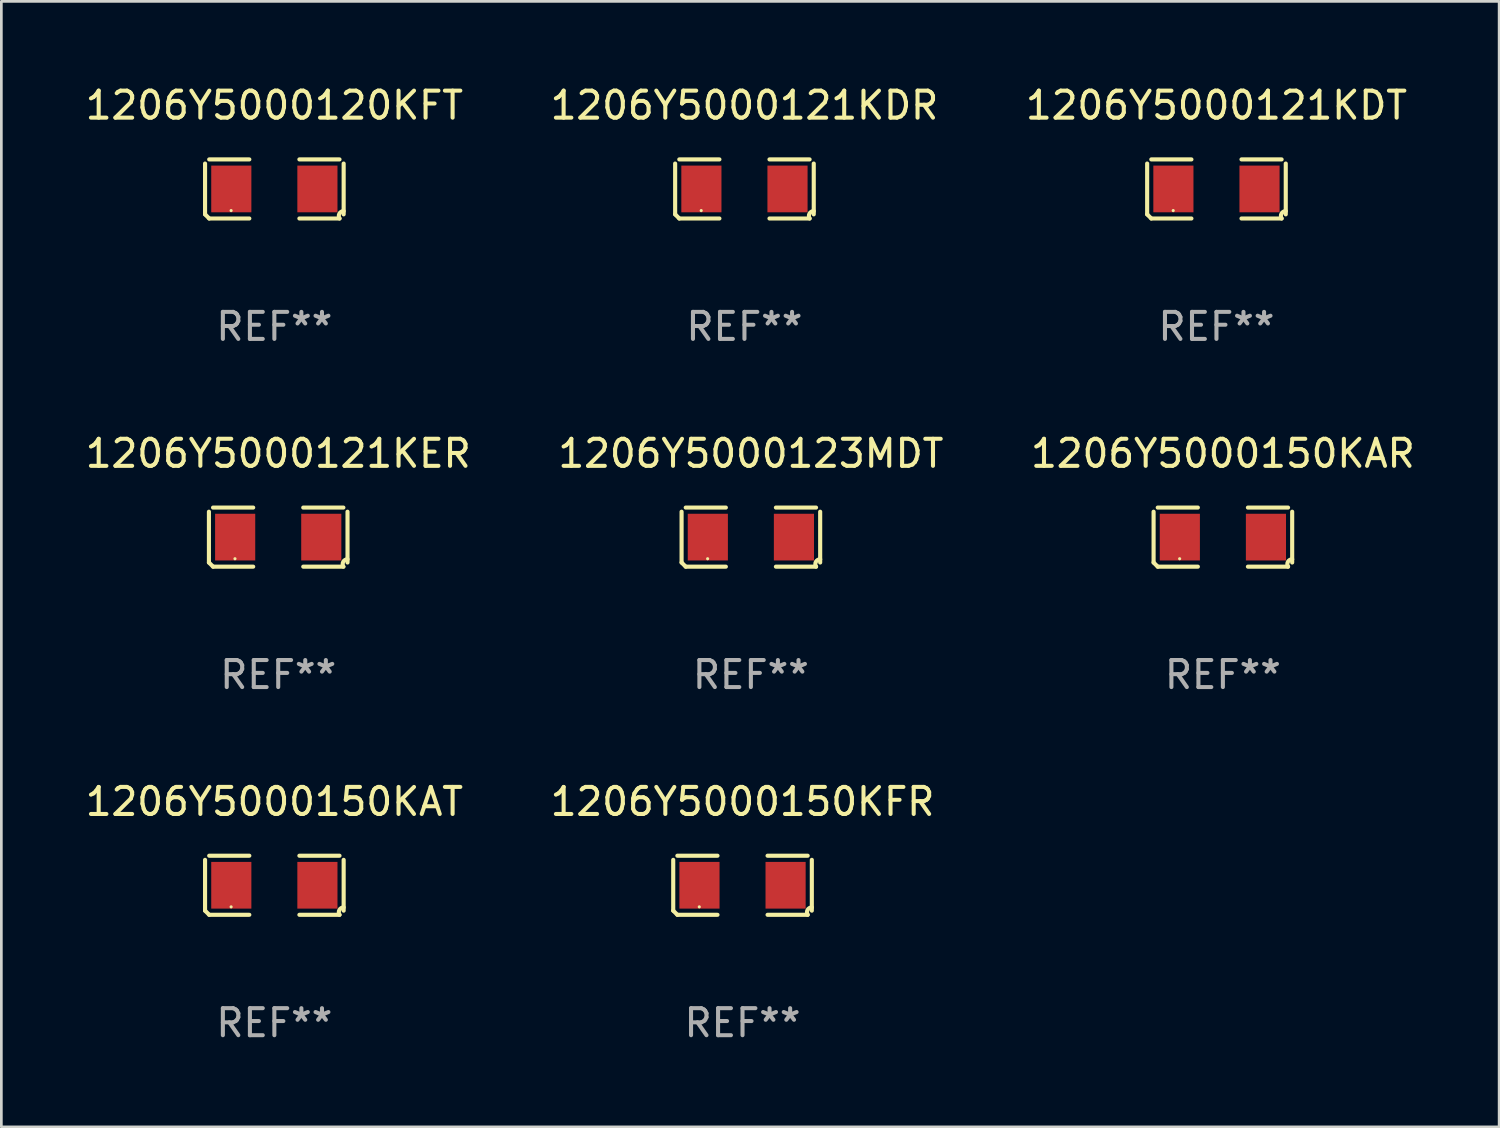
<source format=kicad_pcb>
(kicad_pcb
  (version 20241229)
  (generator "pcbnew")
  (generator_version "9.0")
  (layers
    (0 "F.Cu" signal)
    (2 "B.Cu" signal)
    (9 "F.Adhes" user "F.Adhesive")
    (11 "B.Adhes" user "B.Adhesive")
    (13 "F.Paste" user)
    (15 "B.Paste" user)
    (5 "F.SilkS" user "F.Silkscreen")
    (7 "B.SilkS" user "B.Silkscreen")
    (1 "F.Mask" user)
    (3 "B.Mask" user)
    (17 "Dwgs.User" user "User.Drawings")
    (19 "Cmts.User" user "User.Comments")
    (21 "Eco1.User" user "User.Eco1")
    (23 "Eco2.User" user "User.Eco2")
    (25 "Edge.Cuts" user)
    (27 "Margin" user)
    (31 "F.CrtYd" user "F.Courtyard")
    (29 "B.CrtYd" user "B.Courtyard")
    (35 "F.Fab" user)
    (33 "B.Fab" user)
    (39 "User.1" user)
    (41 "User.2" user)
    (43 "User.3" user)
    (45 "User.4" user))
  (footprint "1206Y5000150KFR"
    (layer "F.Cu")
    (at 24.423 29.704)
    (property "Reference" "1206Y5000150KFR" (at 0 -3.093 0) (layer "F.SilkS") (effects (font (size 1 1) (thickness 0.15))))
    (attr through_hole)
    (fp_line (start -2.564 0.94) (end -2.564 -0.94) (stroke (width 0.152) (type solid)) (layer "F.SilkS"))
    (fp_line (start -2.411 -1.093) (end -0.926 -1.093) (stroke (width 0.152) (type solid)) (layer "F.SilkS"))
    (fp_line (start -0.926 1.093) (end -2.411 1.093) (stroke (width 0.152) (type solid)) (layer "F.SilkS"))
    (fp_line (start 0.926 1.093) (end 2.411 1.093) (stroke (width 0.152) (type solid)) (layer "F.SilkS"))
    (fp_line (start 2.411 -1.093) (end 0.926 -1.093) (stroke (width 0.152) (type solid)) (layer "F.SilkS"))
    (fp_line (start 2.564 0.94) (end 2.564 -0.94) (stroke (width 0.152) (type solid)) (layer "F.SilkS"))
    (fp_arc (start -2.411201 1.092609) (mid -2.487413 1.01642) (end -2.563602 0.940208) (stroke (width 0.1524) (type solid)) (layer "F.SilkS"))
    (fp_arc (start 2.411201 1.092609) (mid 2.407159 0.911226) (end 2.563602 0.819347) (stroke (width 0.1524) (type solid)) (layer "F.SilkS"))
    (fp_circle (center -1.6 0.8) (end -1.57 0.8) (stroke (width 0.06) (type solid)) (fill no) (layer "F.SilkS"))
    (fp_text user "REF**" (at 0 5.093 0) (layer "F.Fab") (effects (font (size 1 1) (thickness 0.15))))
    (pad "1" smd rect (at -1.593 0) (size 1.485 1.728) (layers "F.Cu" "F.Mask" "F.Paste"))
    (pad "2" smd rect (at 1.593 0) (size 1.485 1.728) (layers "F.Cu" "F.Mask" "F.Paste")))
  (footprint "1206Y5000121KER"
    (layer "F.Cu")
    (at 7.244 16.823)
    (property "Reference" "1206Y5000121KER" (at 0 -3.093 0) (layer "F.SilkS") (effects (font (size 1 1) (thickness 0.15))))
    (attr through_hole)
    (fp_line (start -2.564 0.94) (end -2.564 -0.94) (stroke (width 0.152) (type solid)) (layer "F.SilkS"))
    (fp_line (start -2.411 -1.093) (end -0.926 -1.093) (stroke (width 0.152) (type solid)) (layer "F.SilkS"))
    (fp_line (start -0.926 1.093) (end -2.411 1.093) (stroke (width 0.152) (type solid)) (layer "F.SilkS"))
    (fp_line (start 0.926 1.093) (end 2.411 1.093) (stroke (width 0.152) (type solid)) (layer "F.SilkS"))
    (fp_line (start 2.411 -1.093) (end 0.926 -1.093) (stroke (width 0.152) (type solid)) (layer "F.SilkS"))
    (fp_line (start 2.564 0.94) (end 2.564 -0.94) (stroke (width 0.152) (type solid)) (layer "F.SilkS"))
    (fp_arc (start -2.411201 1.092609) (mid -2.487413 1.01642) (end -2.563602 0.940208) (stroke (width 0.1524) (type solid)) (layer "F.SilkS"))
    (fp_arc (start 2.411201 1.092609) (mid 2.407159 0.911226) (end 2.563602 0.819347) (stroke (width 0.1524) (type solid)) (layer "F.SilkS"))
    (fp_circle (center -1.6 0.8) (end -1.57 0.8) (stroke (width 0.06) (type solid)) (fill no) (layer "F.SilkS"))
    (fp_text user "REF**" (at 0 5.093 0) (layer "F.Fab") (effects (font (size 1 1) (thickness 0.15))))
    (pad "1" smd rect (at -1.593 0) (size 1.485 1.728) (layers "F.Cu" "F.Mask" "F.Paste"))
    (pad "2" smd rect (at 1.593 0) (size 1.485 1.728) (layers "F.Cu" "F.Mask" "F.Paste")))
  (footprint "1206Y5000123MDT"
    (layer "F.Cu")
    (at 24.732 16.823)
    (property "Reference" "1206Y5000123MDT" (at 0 -3.093 0) (layer "F.SilkS") (effects (font (size 1 1) (thickness 0.15))))
    (attr through_hole)
    (fp_line (start -2.564 0.94) (end -2.564 -0.94) (stroke (width 0.152) (type solid)) (layer "F.SilkS"))
    (fp_line (start -2.411 -1.093) (end -0.926 -1.093) (stroke (width 0.152) (type solid)) (layer "F.SilkS"))
    (fp_line (start -0.926 1.093) (end -2.411 1.093) (stroke (width 0.152) (type solid)) (layer "F.SilkS"))
    (fp_line (start 0.926 1.093) (end 2.411 1.093) (stroke (width 0.152) (type solid)) (layer "F.SilkS"))
    (fp_line (start 2.411 -1.093) (end 0.926 -1.093) (stroke (width 0.152) (type solid)) (layer "F.SilkS"))
    (fp_line (start 2.564 0.94) (end 2.564 -0.94) (stroke (width 0.152) (type solid)) (layer "F.SilkS"))
    (fp_arc (start -2.411201 1.092609) (mid -2.487413 1.01642) (end -2.563602 0.940208) (stroke (width 0.1524) (type solid)) (layer "F.SilkS"))
    (fp_arc (start 2.411201 1.092609) (mid 2.407159 0.911226) (end 2.563602 0.819347) (stroke (width 0.1524) (type solid)) (layer "F.SilkS"))
    (fp_circle (center -1.6 0.8) (end -1.57 0.8) (stroke (width 0.06) (type solid)) (fill no) (layer "F.SilkS"))
    (fp_text user "REF**" (at 0 5.093 0) (layer "F.Fab") (effects (font (size 1 1) (thickness 0.15))))
    (pad "1" smd rect (at -1.593 0) (size 1.485 1.728) (layers "F.Cu" "F.Mask" "F.Paste"))
    (pad "2" smd rect (at 1.593 0) (size 1.485 1.728) (layers "F.Cu" "F.Mask" "F.Paste")))
  (footprint "1206Y5000150KAT"
    (layer "F.Cu")
    (at 7.101 29.704)
    (property "Reference" "1206Y5000150KAT" (at 0 -3.093 0) (layer "F.SilkS") (effects (font (size 1 1) (thickness 0.15))))
    (attr through_hole)
    (fp_line (start -2.564 0.94) (end -2.564 -0.94) (stroke (width 0.152) (type solid)) (layer "F.SilkS"))
    (fp_line (start -2.411 -1.093) (end -0.926 -1.093) (stroke (width 0.152) (type solid)) (layer "F.SilkS"))
    (fp_line (start -0.926 1.093) (end -2.411 1.093) (stroke (width 0.152) (type solid)) (layer "F.SilkS"))
    (fp_line (start 0.926 1.093) (end 2.411 1.093) (stroke (width 0.152) (type solid)) (layer "F.SilkS"))
    (fp_line (start 2.411 -1.093) (end 0.926 -1.093) (stroke (width 0.152) (type solid)) (layer "F.SilkS"))
    (fp_line (start 2.564 0.94) (end 2.564 -0.94) (stroke (width 0.152) (type solid)) (layer "F.SilkS"))
    (fp_arc (start -2.411201 1.092609) (mid -2.487413 1.01642) (end -2.563602 0.940208) (stroke (width 0.1524) (type solid)) (layer "F.SilkS"))
    (fp_arc (start 2.411201 1.092609) (mid 2.407159 0.911226) (end 2.563602 0.819347) (stroke (width 0.1524) (type solid)) (layer "F.SilkS"))
    (fp_circle (center -1.6 0.8) (end -1.57 0.8) (stroke (width 0.06) (type solid)) (fill no) (layer "F.SilkS"))
    (fp_text user "REF**" (at 0 5.093 0) (layer "F.Fab") (effects (font (size 1 1) (thickness 0.15))))
    (pad "1" smd rect (at -1.593 0) (size 1.485 1.728) (layers "F.Cu" "F.Mask" "F.Paste"))
    (pad "2" smd rect (at 1.593 0) (size 1.485 1.728) (layers "F.Cu" "F.Mask" "F.Paste")))
  (footprint "1206Y5000120KFT"
    (layer "F.Cu")
    (at 7.101 3.941)
    (property "Reference" "1206Y5000120KFT" (at 0 -3.093 0) (layer "F.SilkS") (effects (font (size 1 1) (thickness 0.15))))
    (attr through_hole)
    (fp_line (start -2.564 0.94) (end -2.564 -0.94) (stroke (width 0.152) (type solid)) (layer "F.SilkS"))
    (fp_line (start -2.411 -1.093) (end -0.926 -1.093) (stroke (width 0.152) (type solid)) (layer "F.SilkS"))
    (fp_line (start -0.926 1.093) (end -2.411 1.093) (stroke (width 0.152) (type solid)) (layer "F.SilkS"))
    (fp_line (start 0.926 1.093) (end 2.411 1.093) (stroke (width 0.152) (type solid)) (layer "F.SilkS"))
    (fp_line (start 2.411 -1.093) (end 0.926 -1.093) (stroke (width 0.152) (type solid)) (layer "F.SilkS"))
    (fp_line (start 2.564 0.94) (end 2.564 -0.94) (stroke (width 0.152) (type solid)) (layer "F.SilkS"))
    (fp_arc (start -2.411201 1.092609) (mid -2.487413 1.01642) (end -2.563602 0.940208) (stroke (width 0.1524) (type solid)) (layer "F.SilkS"))
    (fp_arc (start 2.411201 1.092609) (mid 2.407159 0.911226) (end 2.563602 0.819347) (stroke (width 0.1524) (type solid)) (layer "F.SilkS"))
    (fp_circle (center -1.6 0.8) (end -1.57 0.8) (stroke (width 0.06) (type solid)) (fill no) (layer "F.SilkS"))
    (fp_text user "REF**" (at 0 5.093 0) (layer "F.Fab") (effects (font (size 1 1) (thickness 0.15))))
    (pad "1" smd rect (at -1.593 0) (size 1.485 1.728) (layers "F.Cu" "F.Mask" "F.Paste"))
    (pad "2" smd rect (at 1.593 0) (size 1.485 1.728) (layers "F.Cu" "F.Mask" "F.Paste")))
  (footprint "1206Y5000121KDT"
    (layer "F.Cu")
    (at 41.958 3.941)
    (property "Reference" "1206Y5000121KDT" (at 0 -3.093 0) (layer "F.SilkS") (effects (font (size 1 1) (thickness 0.15))))
    (attr through_hole)
    (fp_line (start -2.564 0.94) (end -2.564 -0.94) (stroke (width 0.152) (type solid)) (layer "F.SilkS"))
    (fp_line (start -2.411 -1.093) (end -0.926 -1.093) (stroke (width 0.152) (type solid)) (layer "F.SilkS"))
    (fp_line (start -0.926 1.093) (end -2.411 1.093) (stroke (width 0.152) (type solid)) (layer "F.SilkS"))
    (fp_line (start 0.926 1.093) (end 2.411 1.093) (stroke (width 0.152) (type solid)) (layer "F.SilkS"))
    (fp_line (start 2.411 -1.093) (end 0.926 -1.093) (stroke (width 0.152) (type solid)) (layer "F.SilkS"))
    (fp_line (start 2.564 0.94) (end 2.564 -0.94) (stroke (width 0.152) (type solid)) (layer "F.SilkS"))
    (fp_arc (start -2.411201 1.092609) (mid -2.487413 1.01642) (end -2.563602 0.940208) (stroke (width 0.1524) (type solid)) (layer "F.SilkS"))
    (fp_arc (start 2.411201 1.092609) (mid 2.407159 0.911226) (end 2.563602 0.819347) (stroke (width 0.1524) (type solid)) (layer "F.SilkS"))
    (fp_circle (center -1.6 0.8) (end -1.57 0.8) (stroke (width 0.06) (type solid)) (fill no) (layer "F.SilkS"))
    (fp_text user "REF**" (at 0 5.093 0) (layer "F.Fab") (effects (font (size 1 1) (thickness 0.15))))
    (pad "1" smd rect (at -1.593 0) (size 1.485 1.728) (layers "F.Cu" "F.Mask" "F.Paste"))
    (pad "2" smd rect (at 1.593 0) (size 1.485 1.728) (layers "F.Cu" "F.Mask" "F.Paste")))
  (footprint "1206Y5000121KDR"
    (layer "F.Cu")
    (at 24.494 3.941)
    (property "Reference" "1206Y5000121KDR" (at 0 -3.093 0) (layer "F.SilkS") (effects (font (size 1 1) (thickness 0.15))))
    (attr through_hole)
    (fp_line (start -2.564 0.94) (end -2.564 -0.94) (stroke (width 0.152) (type solid)) (layer "F.SilkS"))
    (fp_line (start -2.411 -1.093) (end -0.926 -1.093) (stroke (width 0.152) (type solid)) (layer "F.SilkS"))
    (fp_line (start -0.926 1.093) (end -2.411 1.093) (stroke (width 0.152) (type solid)) (layer "F.SilkS"))
    (fp_line (start 0.926 1.093) (end 2.411 1.093) (stroke (width 0.152) (type solid)) (layer "F.SilkS"))
    (fp_line (start 2.411 -1.093) (end 0.926 -1.093) (stroke (width 0.152) (type solid)) (layer "F.SilkS"))
    (fp_line (start 2.564 0.94) (end 2.564 -0.94) (stroke (width 0.152) (type solid)) (layer "F.SilkS"))
    (fp_arc (start -2.411201 1.092609) (mid -2.487413 1.01642) (end -2.563602 0.940208) (stroke (width 0.1524) (type solid)) (layer "F.SilkS"))
    (fp_arc (start 2.411201 1.092609) (mid 2.407159 0.911226) (end 2.563602 0.819347) (stroke (width 0.1524) (type solid)) (layer "F.SilkS"))
    (fp_circle (center -1.6 0.8) (end -1.57 0.8) (stroke (width 0.06) (type solid)) (fill no) (layer "F.SilkS"))
    (fp_text user "REF**" (at 0 5.093 0) (layer "F.Fab") (effects (font (size 1 1) (thickness 0.15))))
    (pad "1" smd rect (at -1.593 0) (size 1.485 1.728) (layers "F.Cu" "F.Mask" "F.Paste"))
    (pad "2" smd rect (at 1.593 0) (size 1.485 1.728) (layers "F.Cu" "F.Mask" "F.Paste")))
  (footprint "1206Y5000150KAR"
    (layer "F.Cu")
    (at 42.196 16.823)
    (property "Reference" "1206Y5000150KAR" (at 0 -3.093 0) (layer "F.SilkS") (effects (font (size 1 1) (thickness 0.15))))
    (attr through_hole)
    (fp_line (start -2.564 0.94) (end -2.564 -0.94) (stroke (width 0.152) (type solid)) (layer "F.SilkS"))
    (fp_line (start -2.411 -1.093) (end -0.926 -1.093) (stroke (width 0.152) (type solid)) (layer "F.SilkS"))
    (fp_line (start -0.926 1.093) (end -2.411 1.093) (stroke (width 0.152) (type solid)) (layer "F.SilkS"))
    (fp_line (start 0.926 1.093) (end 2.411 1.093) (stroke (width 0.152) (type solid)) (layer "F.SilkS"))
    (fp_line (start 2.411 -1.093) (end 0.926 -1.093) (stroke (width 0.152) (type solid)) (layer "F.SilkS"))
    (fp_line (start 2.564 0.94) (end 2.564 -0.94) (stroke (width 0.152) (type solid)) (layer "F.SilkS"))
    (fp_arc (start -2.411201 1.092609) (mid -2.487413 1.01642) (end -2.563602 0.940208) (stroke (width 0.1524) (type solid)) (layer "F.SilkS"))
    (fp_arc (start 2.411201 1.092609) (mid 2.407159 0.911226) (end 2.563602 0.819347) (stroke (width 0.1524) (type solid)) (layer "F.SilkS"))
    (fp_circle (center -1.6 0.8) (end -1.57 0.8) (stroke (width 0.06) (type solid)) (fill no) (layer "F.SilkS"))
    (fp_text user "REF**" (at 0 5.093 0) (layer "F.Fab") (effects (font (size 1 1) (thickness 0.15))))
    (pad "1" smd rect (at -1.593 0) (size 1.485 1.728) (layers "F.Cu" "F.Mask" "F.Paste"))
    (pad "2" smd rect (at 1.593 0) (size 1.485 1.728) (layers "F.Cu" "F.Mask" "F.Paste")))
  (gr_rect
    (start -3 -3)
    (end 52.417 38.645)
    (stroke (width 0.1) (type default))
    (fill no)
    (layer "Edge.Cuts")))
</source>
